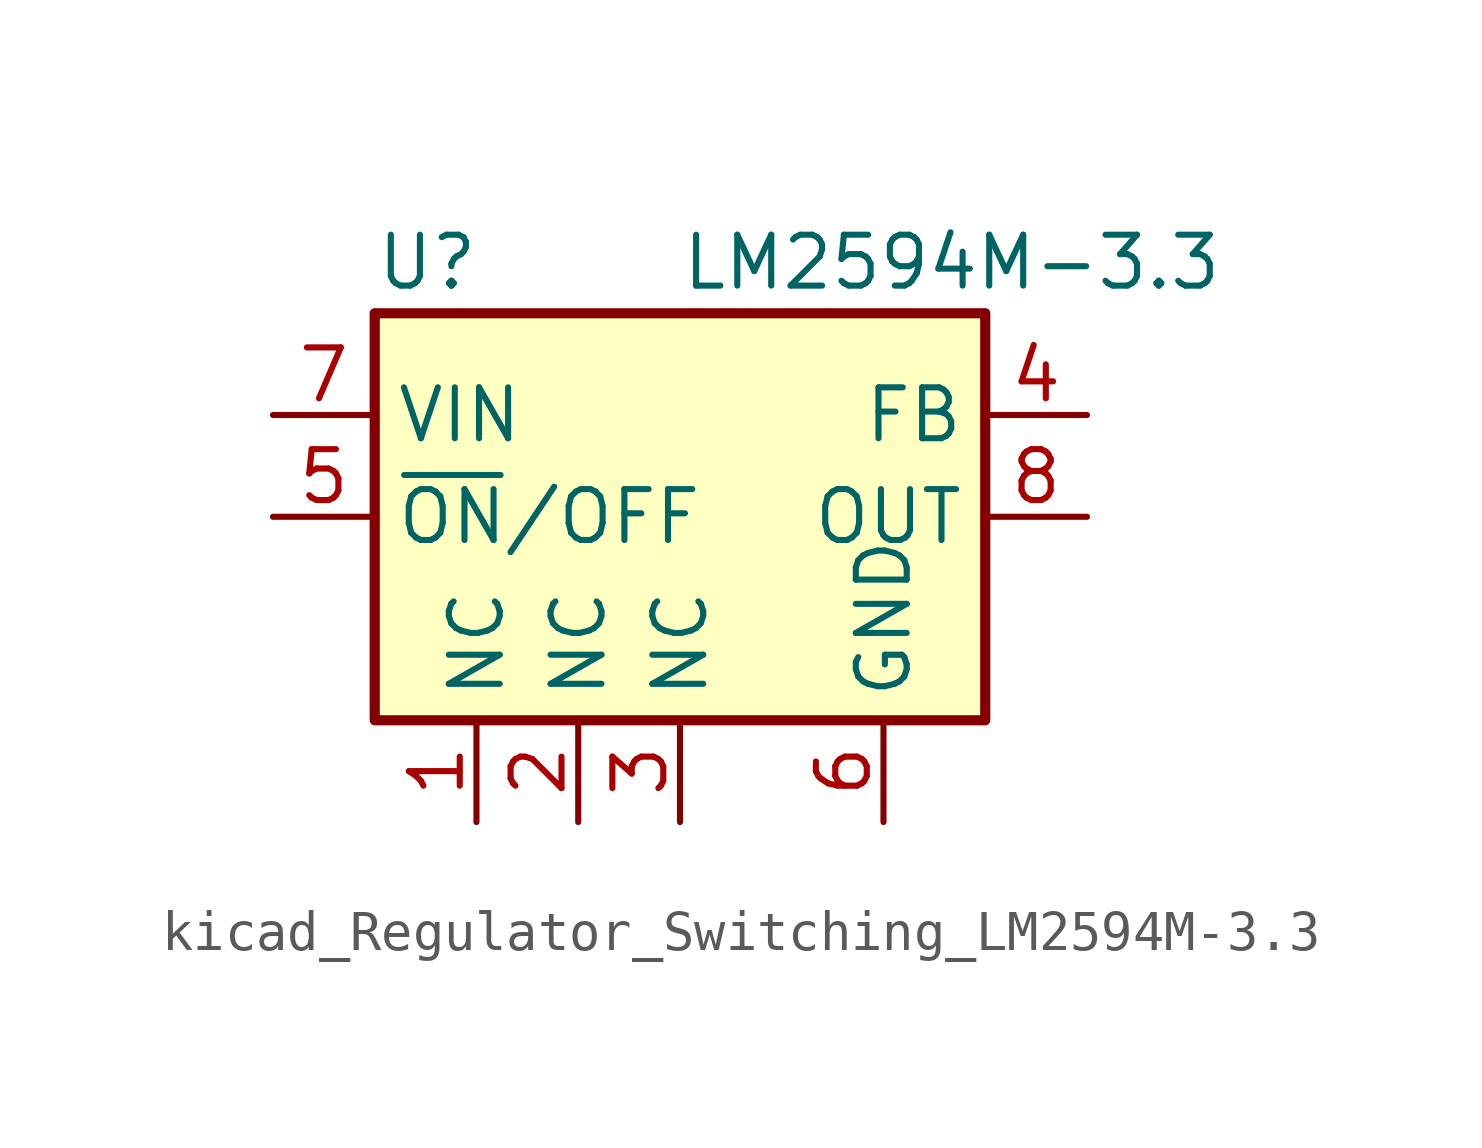
<source format=kicad_sym>
(kicad_symbol_lib
  (version 20220914)
  (generator kicad_symbol_editor)
  (symbol "kicad_Regulator_Switching_LM2594M-3.3"
    (property "Reference" "U"
      (at -7.62 6.35 0)
      (effects (font (size 1.27 1.27)) (justify left)))
    (property "Value" "LM2594M-3.3"
      (at 0 6.35 0)
      (effects (font (size 1.27 1.27)) (justify left)))
    (symbol "kicad_Regulator_Switching_LM2594M-3.3_0_1"
      (rectangle (start -7.62 5.08) (end 7.62 -5.08) (stroke (width 0.254) (type default)) (fill (type background))))
    (symbol "kicad_Regulator_Switching_LM2594M-3.3_1_1"
      (pin passive line (at -5.08 -7.62 90) (length 2.54) (name "NC" (effects (font (size 1.27 1.27)))) (number "1" (effects (font (size 1.27 1.27)))))
      (pin passive line (at -2.54 -7.62 90) (length 2.54) (name "NC" (effects (font (size 1.27 1.27)))) (number "2" (effects (font (size 1.27 1.27)))))
      (pin passive line (at 0 -7.62 90) (length 2.54) (name "NC" (effects (font (size 1.27 1.27)))) (number "3" (effects (font (size 1.27 1.27)))))
      (pin input line (at 10.16 2.54 180) (length 2.54) (name "FB" (effects (font (size 1.27 1.27)))) (number "4" (effects (font (size 1.27 1.27)))))
      (pin input line (at -10.16 0 0) (length 2.54) (name "~{ON}/OFF" (effects (font (size 1.27 1.27)))) (number "5" (effects (font (size 1.27 1.27)))))
      (pin power_in line (at 5.08 -7.62 90) (length 2.54) (name "GND" (effects (font (size 1.27 1.27)))) (number "6" (effects (font (size 1.27 1.27)))))
      (pin power_in line (at -10.16 2.54 0) (length 2.54) (name "VIN" (effects (font (size 1.27 1.27)))) (number "7" (effects (font (size 1.27 1.27)))))
      (pin output line (at 10.16 0 180) (length 2.54) (name "OUT" (effects (font (size 1.27 1.27)))) (number "8" (effects (font (size 1.27 1.27))))))))
</source>
